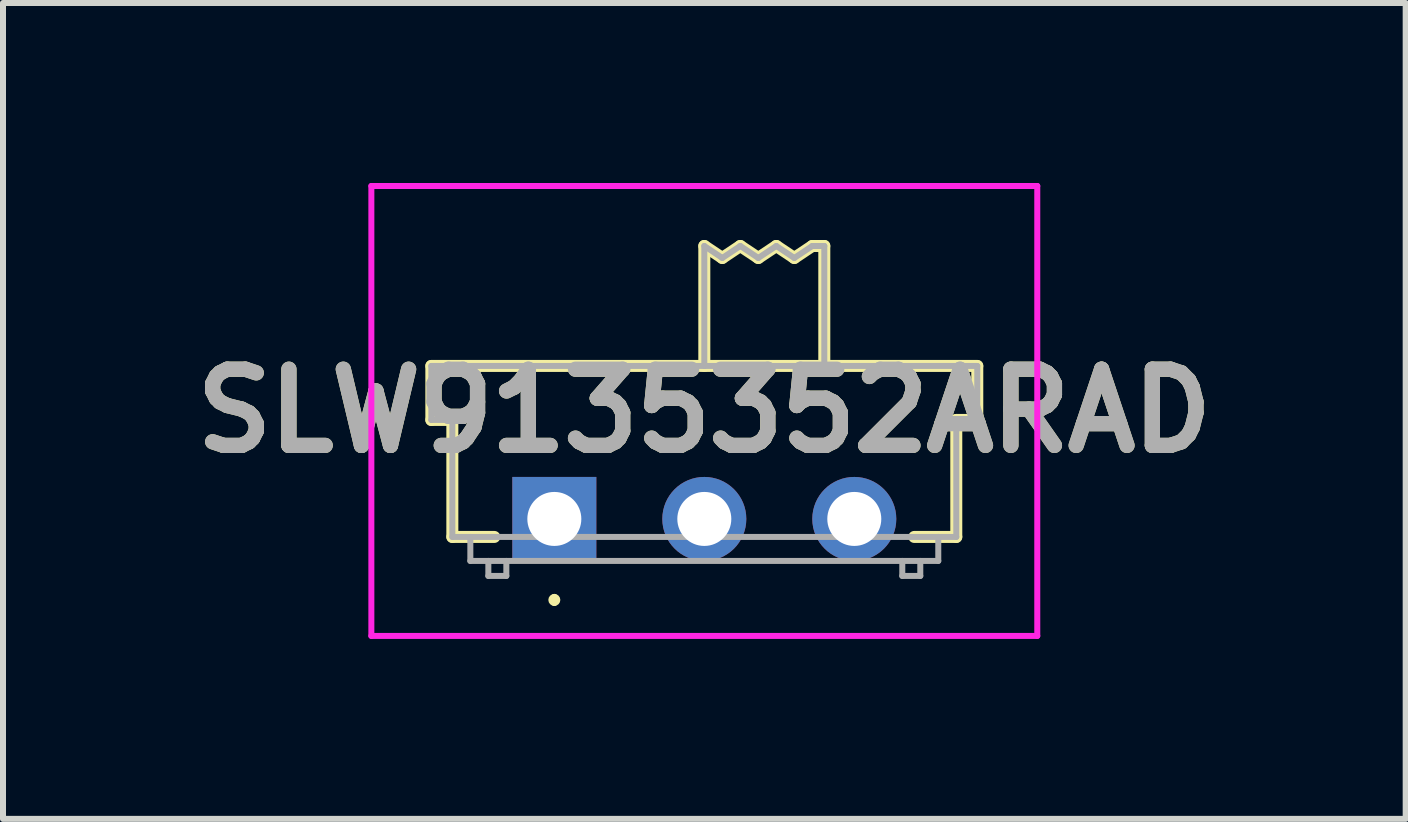
<source format=kicad_pcb>
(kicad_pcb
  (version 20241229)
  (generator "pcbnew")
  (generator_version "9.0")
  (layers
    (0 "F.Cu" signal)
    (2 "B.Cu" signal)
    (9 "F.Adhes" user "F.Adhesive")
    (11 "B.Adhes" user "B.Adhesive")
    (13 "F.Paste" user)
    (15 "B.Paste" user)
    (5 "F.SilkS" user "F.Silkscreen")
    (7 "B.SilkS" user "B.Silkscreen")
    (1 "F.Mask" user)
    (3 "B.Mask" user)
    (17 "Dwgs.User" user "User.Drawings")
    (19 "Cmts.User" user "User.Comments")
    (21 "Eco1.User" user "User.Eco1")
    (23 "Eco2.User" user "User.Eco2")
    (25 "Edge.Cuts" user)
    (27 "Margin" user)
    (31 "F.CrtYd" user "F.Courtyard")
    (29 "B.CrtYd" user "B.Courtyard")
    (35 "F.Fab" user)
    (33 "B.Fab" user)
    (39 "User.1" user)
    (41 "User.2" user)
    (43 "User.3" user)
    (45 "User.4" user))
  (footprint "SLW9135352ARAD"
    (layer "F.Cu")
    (at 6.19 5.6)
    (property "Reference" "SLW9135352ARAD" (at 2.5 -1.8 0) (layer "F.SilkS") (effects (font (size 1.27 1.27) (thickness 0.254))))
    (attr through_hole)
    (fp_line (start -2.05 -2.55) (end 7.05 -2.55) (stroke (width 0.2) (type solid)) (layer "F.SilkS"))
    (fp_line (start -2.05 -1.65) (end -2.05 -2.55) (stroke (width 0.2) (type solid)) (layer "F.SilkS"))
    (fp_line (start -1.7 -1.65) (end -2.05 -1.65) (stroke (width 0.2) (type solid)) (layer "F.SilkS"))
    (fp_line (start -1.7 0.3) (end -1.7 -1.65) (stroke (width 0.2) (type solid)) (layer "F.SilkS"))
    (fp_line (start -1 0.3) (end -1.7 0.3) (stroke (width 0.2) (type solid)) (layer "F.SilkS"))
    (fp_line (start 0 1.3) (end 0 1.3) (stroke (width 0.1) (type solid)) (layer "F.SilkS"))
    (fp_line (start 0 1.4) (end 0 1.4) (stroke (width 0.1) (type solid)) (layer "F.SilkS"))
    (fp_line (start 2.5 -4.55) (end 2.8 -4.35) (stroke (width 0.2) (type solid)) (layer "F.SilkS"))
    (fp_line (start 2.5 -2.55) (end 2.5 -4.55) (stroke (width 0.2) (type solid)) (layer "F.SilkS"))
    (fp_line (start 2.8 -4.35) (end 3.1 -4.55) (stroke (width 0.2) (type solid)) (layer "F.SilkS"))
    (fp_line (start 3.1 -4.55) (end 3.4 -4.35) (stroke (width 0.2) (type solid)) (layer "F.SilkS"))
    (fp_line (start 3.4 -4.35) (end 3.7 -4.55) (stroke (width 0.2) (type solid)) (layer "F.SilkS"))
    (fp_line (start 3.7 -4.55) (end 4 -4.35) (stroke (width 0.2) (type solid)) (layer "F.SilkS"))
    (fp_line (start 4 -4.35) (end 4.3 -4.55) (stroke (width 0.2) (type solid)) (layer "F.SilkS"))
    (fp_line (start 4.3 -4.55) (end 4.5 -4.55) (stroke (width 0.2) (type solid)) (layer "F.SilkS"))
    (fp_line (start 4.5 -4.55) (end 4.5 -2.55) (stroke (width 0.2) (type solid)) (layer "F.SilkS"))
    (fp_line (start 6.7 -1.65) (end 6.7 0.3) (stroke (width 0.2) (type solid)) (layer "F.SilkS"))
    (fp_line (start 6.7 0.3) (end 6 0.3) (stroke (width 0.2) (type solid)) (layer "F.SilkS"))
    (fp_line (start 7.05 -2.55) (end 7.05 -1.65) (stroke (width 0.2) (type solid)) (layer "F.SilkS"))
    (fp_line (start 7.05 -1.65) (end 6.7 -1.65) (stroke (width 0.2) (type solid)) (layer "F.SilkS"))
    (fp_arc (start 0 1.3) (mid 0.05 1.35) (end 0 1.4) (stroke (width 0.1) (type solid)) (layer "F.SilkS"))
    (fp_arc (start 0 1.4) (mid -0.05 1.35) (end 0 1.3) (stroke (width 0.1) (type solid)) (layer "F.SilkS"))
    (fp_line (start -3.05 -5.55) (end 8.05 -5.55) (stroke (width 0.1) (type solid)) (layer "F.CrtYd"))
    (fp_line (start -3.05 1.95) (end -3.05 -5.55) (stroke (width 0.1) (type solid)) (layer "F.CrtYd"))
    (fp_line (start 8.05 -5.55) (end 8.05 1.95) (stroke (width 0.1) (type solid)) (layer "F.CrtYd"))
    (fp_line (start 8.05 1.95) (end -3.05 1.95) (stroke (width 0.1) (type solid)) (layer "F.CrtYd"))
    (fp_line (start -2.05 -2.55) (end -2.05 -2.25) (stroke (width 0.1) (type solid)) (layer "F.Fab"))
    (fp_line (start -2.05 -2.25) (end -2.05 -1.65) (stroke (width 0.1) (type solid)) (layer "F.Fab"))
    (fp_line (start -2.05 -1.65) (end -1.7 -1.65) (stroke (width 0.1) (type solid)) (layer "F.Fab"))
    (fp_line (start -1.7 -1.65) (end -1.7 -1.65) (stroke (width 0.1) (type solid)) (layer "F.Fab"))
    (fp_line (start -1.7 -1.65) (end -1.7 0.3) (stroke (width 0.1) (type solid)) (layer "F.Fab"))
    (fp_line (start -1.7 0.3) (end 6.7 0.3) (stroke (width 0.1) (type solid)) (layer "F.Fab"))
    (fp_line (start -1.4 0.3) (end -1.4 0.7) (stroke (width 0.1) (type solid)) (layer "F.Fab"))
    (fp_line (start -1.4 0.7) (end 6.4 0.7) (stroke (width 0.1) (type solid)) (layer "F.Fab"))
    (fp_line (start -1.1 0.7) (end -1.1 0.95) (stroke (width 0.1) (type solid)) (layer "F.Fab"))
    (fp_line (start -1.1 0.95) (end -0.8 0.95) (stroke (width 0.1) (type solid)) (layer "F.Fab"))
    (fp_line (start -0.8 0.95) (end -0.8 0.7) (stroke (width 0.1) (type solid)) (layer "F.Fab"))
    (fp_line (start 2.5 -4.55) (end 2.8 -4.35) (stroke (width 0.1) (type solid)) (layer "F.Fab"))
    (fp_line (start 2.5 -2.55) (end -2.05 -2.55) (stroke (width 0.1) (type solid)) (layer "F.Fab"))
    (fp_line (start 2.5 -2.55) (end 2.5 -4.55) (stroke (width 0.1) (type solid)) (layer "F.Fab"))
    (fp_line (start 2.8 -4.35) (end 3.1 -4.55) (stroke (width 0.1) (type solid)) (layer "F.Fab"))
    (fp_line (start 3.1 -4.55) (end 3.4 -4.35) (stroke (width 0.1) (type solid)) (layer "F.Fab"))
    (fp_line (start 3.4 -4.35) (end 3.7 -4.55) (stroke (width 0.1) (type solid)) (layer "F.Fab"))
    (fp_line (start 3.7 -4.55) (end 4 -4.35) (stroke (width 0.1) (type solid)) (layer "F.Fab"))
    (fp_line (start 4 -4.35) (end 4.3 -4.55) (stroke (width 0.1) (type solid)) (layer "F.Fab"))
    (fp_line (start 4.3 -4.55) (end 4.5 -4.55) (stroke (width 0.1) (type solid)) (layer "F.Fab"))
    (fp_line (start 4.5 -4.55) (end 4.5 -2.55) (stroke (width 0.1) (type solid)) (layer "F.Fab"))
    (fp_line (start 5.8 0.7) (end 5.8 0.95) (stroke (width 0.1) (type solid)) (layer "F.Fab"))
    (fp_line (start 5.8 0.95) (end 6.1 0.95) (stroke (width 0.1) (type solid)) (layer "F.Fab"))
    (fp_line (start 6.1 0.95) (end 6.1 0.7) (stroke (width 0.1) (type solid)) (layer "F.Fab"))
    (fp_line (start 6.4 0.7) (end 6.4 0.3) (stroke (width 0.1) (type solid)) (layer "F.Fab"))
    (fp_line (start 6.7 -1.65) (end 7.05 -1.65) (stroke (width 0.1) (type solid)) (layer "F.Fab"))
    (fp_line (start 6.7 0.3) (end 6.7 -1.65) (stroke (width 0.1) (type solid)) (layer "F.Fab"))
    (fp_line (start 7.05 -2.55) (end 2.5 -2.55) (stroke (width 0.1) (type solid)) (layer "F.Fab"))
    (fp_line (start 7.05 -1.65) (end 7.05 -2.55) (stroke (width 0.1) (type solid)) (layer "F.Fab"))
    (fp_text user "${REFERENCE}" (at 2.5 -1.8 0) (layer "F.Fab") (effects (font (size 1.27 1.27) (thickness 0.254))))
    (pad "1" thru_hole rect (at 0 0) (size 1.4 1.4) (drill 0.9) (layers "*.Cu" "*.Mask"))
    (pad "2" thru_hole circle (at 2.5 0) (size 1.4 1.4) (drill 0.9) (layers "*.Cu" "*.Mask"))
    (pad "3" thru_hole circle (at 5 0) (size 1.4 1.4) (drill 0.9) (layers "*.Cu" "*.Mask")))
  (gr_rect
    (start -3 -3)
    (end 20.381 10.6)
    (stroke (width 0.1) (type default))
    (fill no)
    (layer "Edge.Cuts")))
</source>
